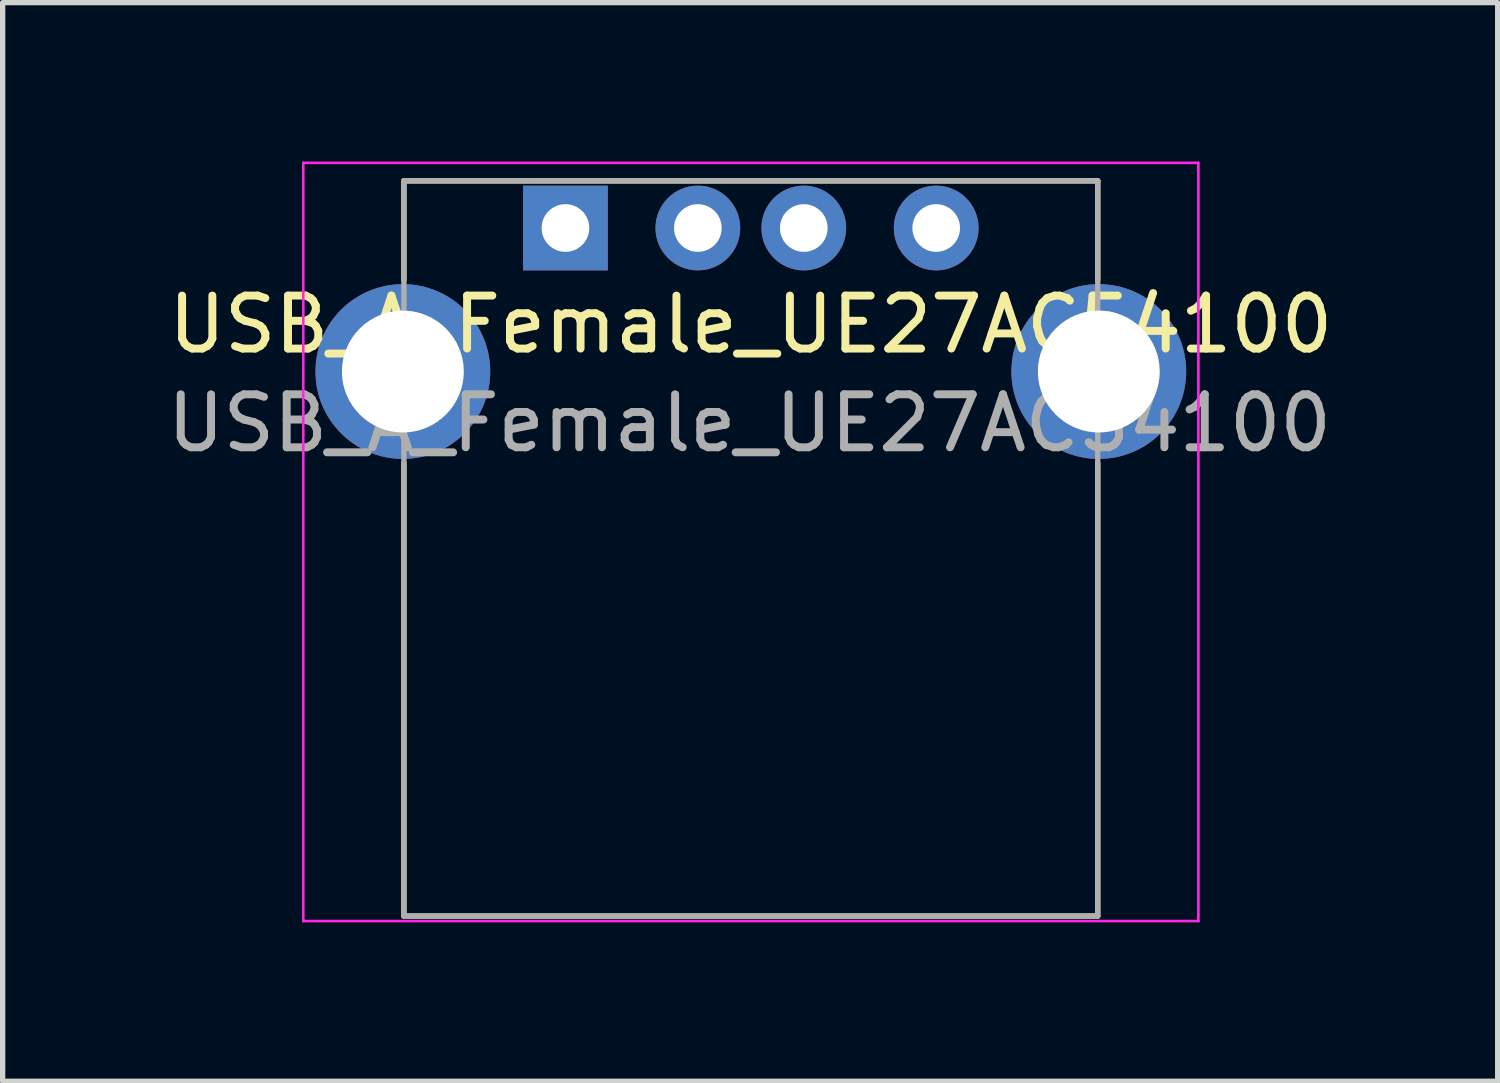
<source format=kicad_pcb>
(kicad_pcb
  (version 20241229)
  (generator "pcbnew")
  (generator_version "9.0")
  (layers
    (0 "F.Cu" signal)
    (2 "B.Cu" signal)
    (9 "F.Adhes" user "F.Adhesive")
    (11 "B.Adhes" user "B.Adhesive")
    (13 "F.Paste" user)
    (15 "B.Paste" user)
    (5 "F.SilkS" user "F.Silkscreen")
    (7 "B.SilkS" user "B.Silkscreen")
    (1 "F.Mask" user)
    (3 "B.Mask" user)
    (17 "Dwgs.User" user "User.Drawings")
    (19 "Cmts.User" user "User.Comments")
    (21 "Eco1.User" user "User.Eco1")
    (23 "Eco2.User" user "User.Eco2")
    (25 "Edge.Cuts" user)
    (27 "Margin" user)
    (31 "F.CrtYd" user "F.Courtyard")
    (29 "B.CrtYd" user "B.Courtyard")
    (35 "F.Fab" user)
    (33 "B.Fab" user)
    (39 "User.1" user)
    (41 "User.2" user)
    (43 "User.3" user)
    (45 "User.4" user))
  (footprint "USB_A_Female_UE27AC54100"
    (layer "F.Cu")
    (at 11.126 3.965)
    (property "Reference" "USB_A_Female_UE27AC54100" (at 0 -0.889 0) (unlocked yes) (layer "F.SilkS") (effects (font (size 1 1) (thickness 0.15))))
    (attr through_hole)
    (fp_line (start -6.55 -3.6) (end -6.55 -1.725) (stroke (width 0.1) (type solid)) (layer "F.SilkS"))
    (fp_line (start -6.55 -3.6) (end 6.55 -3.6) (stroke (width 0.1) (type solid)) (layer "F.SilkS"))
    (fp_line (start -6.55 1.725) (end -6.55 10.28) (stroke (width 0.1) (type solid)) (layer "F.SilkS"))
    (fp_line (start 6.55 -3.6) (end 6.55 -1.725) (stroke (width 0.1) (type solid)) (layer "F.SilkS"))
    (fp_line (start 6.55 1.725) (end 6.55 10.28) (stroke (width 0.1) (type solid)) (layer "F.SilkS"))
    (fp_line (start 6.55 10.28) (end -6.55 10.28) (stroke (width 0.1) (type solid)) (layer "F.SilkS"))
    (fp_line (start -8.45 -3.94) (end -8.45 10.375) (stroke (width 0.05) (type solid)) (layer "F.CrtYd"))
    (fp_line (start -8.45 -3.94) (end 8.45 -3.94) (stroke (width 0.05) (type solid)) (layer "F.CrtYd"))
    (fp_line (start -8.45 10.375) (end 8.45 10.375) (stroke (width 0.05) (type solid)) (layer "F.CrtYd"))
    (fp_line (start 8.45 -3.94) (end 8.45 10.375) (stroke (width 0.05) (type solid)) (layer "F.CrtYd"))
    (fp_line (start -6.55 -3.6) (end -6.55 10.28) (stroke (width 0.1) (type solid)) (layer "F.Fab"))
    (fp_line (start -6.55 -3.6) (end 6.55 -3.6) (stroke (width 0.1) (type solid)) (layer "F.Fab"))
    (fp_line (start -6.55 10.28) (end 6.55 10.28) (stroke (width 0.1) (type solid)) (layer "F.Fab"))
    (fp_line (start 6.55 -3.6) (end 6.55 10.28) (stroke (width 0.1) (type solid)) (layer "F.Fab"))
    (fp_text user "${REFERENCE}" (at -0.025 0.975 180) (layer "F.Fab") (effects (font (size 1 1) (thickness 0.15))))
    (pad "1" thru_hole rect (at -3.5 -2.71) (size 1.6 1.6) (drill 0.9) (layers "*.Cu" "*.Mask"))
    (pad "2" thru_hole circle (at -1 -2.71) (size 1.6 1.6) (drill 0.9) (layers "*.Cu" "*.Mask"))
    (pad "3" thru_hole circle (at 1 -2.71) (size 1.6 1.6) (drill 0.9) (layers "*.Cu" "*.Mask"))
    (pad "4" thru_hole circle (at 3.5 -2.71) (size 1.6 1.6) (drill 0.9) (layers "*.Cu" "*.Mask"))
    (pad "SH" thru_hole circle (at -6.57 0) (size 3.3 3.3) (drill 2.3) (layers "*.Cu" "*.Mask"))
    (pad "SH" thru_hole circle (at 6.57 0) (size 3.3 3.3) (drill 2.3) (layers "*.Cu" "*.Mask")))
  (gr_rect
    (start -3 -3)
    (end 25.227 17.365)
    (stroke (width 0.1) (type default))
    (fill no)
    (layer "Edge.Cuts")))
</source>
